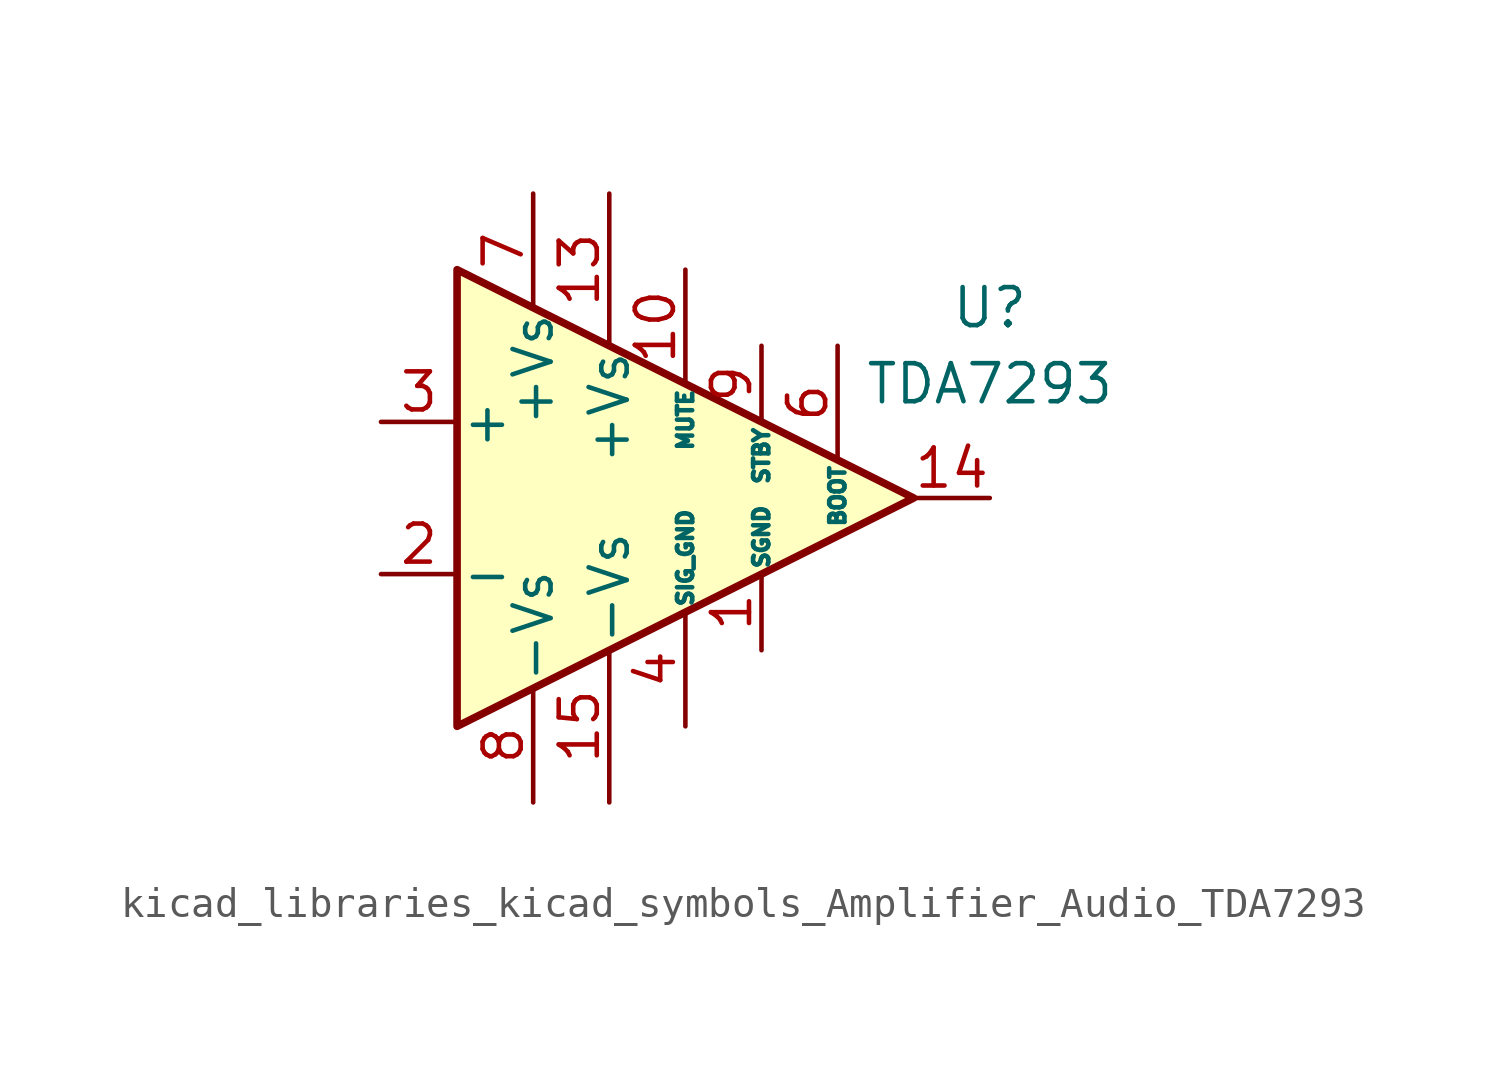
<source format=kicad_sym>
(kicad_symbol_lib
  (version 20220914)
  (generator kicad_symbol_editor)
  (symbol "kicad_libraries_kicad_symbols_Amplifier_Audio_TDA7293"
    (pin_names
      (offset 0.127))
    (property "Reference" "U"
      (at 10.16 6.35 0)
      (effects (font (size 1.27 1.27))))
    (property "Value" "TDA7293"
      (at 10.16 3.81 0)
      (effects (font (size 1.27 1.27))))
    (symbol "kicad_libraries_kicad_symbols_Amplifier_Audio_TDA7293_0_1"
      (polyline (pts (xy -7.62 7.62) (xy 7.62 0) (xy -7.62 -7.62) (xy -7.62 7.62)) (stroke (width 0.254) (type default)) (fill (type background))))
    (symbol "kicad_libraries_kicad_symbols_Amplifier_Audio_TDA7293_1_1"
      (pin power_in line (at 2.54 -5.08 90) (length 2.54) (name "SGND" (effects (font (size 0.508 0.508)))) (number "1" (effects (font (size 1.27 1.27)))))
      (pin input line (at 0 7.62 270) (length 3.81) (name "MUTE" (effects (font (size 0.508 0.508)))) (number "10" (effects (font (size 1.27 1.27)))))
      (pin no_connect line (at 0 2.54 270) (length 2.54) hide (name "NC" (effects (font (size 1.27 1.27)))) (number "11" (effects (font (size 1.27 1.27)))))
      (pin no_connect line (at 2.54 2.54 270) (length 2.54) hide (name "NC" (effects (font (size 1.27 1.27)))) (number "12" (effects (font (size 1.27 1.27)))))
      (pin power_in line (at -2.54 10.16 270) (length 5.08) (name "+Vs" (effects (font (size 1.27 1.27)))) (number "13" (effects (font (size 1.27 1.27)))))
      (pin output line (at 10.16 0 180) (length 2.54) (name "~" (effects (font (size 1.27 1.27)))) (number "14" (effects (font (size 1.27 1.27)))))
      (pin power_in line (at -2.54 -10.16 90) (length 5.08) (name "-Vs" (effects (font (size 1.27 1.27)))) (number "15" (effects (font (size 1.27 1.27)))))
      (pin input line (at -10.16 -2.54 0) (length 2.54) (name "-" (effects (font (size 1.27 1.27)))) (number "2" (effects (font (size 1.27 1.27)))))
      (pin input line (at -10.16 2.54 0) (length 2.54) (name "+" (effects (font (size 1.27 1.27)))) (number "3" (effects (font (size 1.27 1.27)))))
      (pin power_in line (at 0 -7.62 90) (length 3.81) (name "SIG_GND" (effects (font (size 0.508 0.508)))) (number "4" (effects (font (size 1.27 1.27)))))
      (pin no_connect line (at -2.54 2.54 270) (length 2.54) hide (name "NC" (effects (font (size 1.27 1.27)))) (number "5" (effects (font (size 1.27 1.27)))))
      (pin passive line (at 5.08 5.08 270) (length 3.81) (name "BOOT" (effects (font (size 0.508 0.508)))) (number "6" (effects (font (size 1.27 1.27)))))
      (pin power_in line (at -5.08 10.16 270) (length 3.81) (name "+Vs" (effects (font (size 1.27 1.27)))) (number "7" (effects (font (size 1.27 1.27)))))
      (pin power_in line (at -5.08 -10.16 90) (length 3.81) (name "-Vs" (effects (font (size 1.27 1.27)))) (number "8" (effects (font (size 1.27 1.27)))))
      (pin input line (at 2.54 5.08 270) (length 2.54) (name "STBY" (effects (font (size 0.508 0.508)))) (number "9" (effects (font (size 1.27 1.27))))))))
</source>
